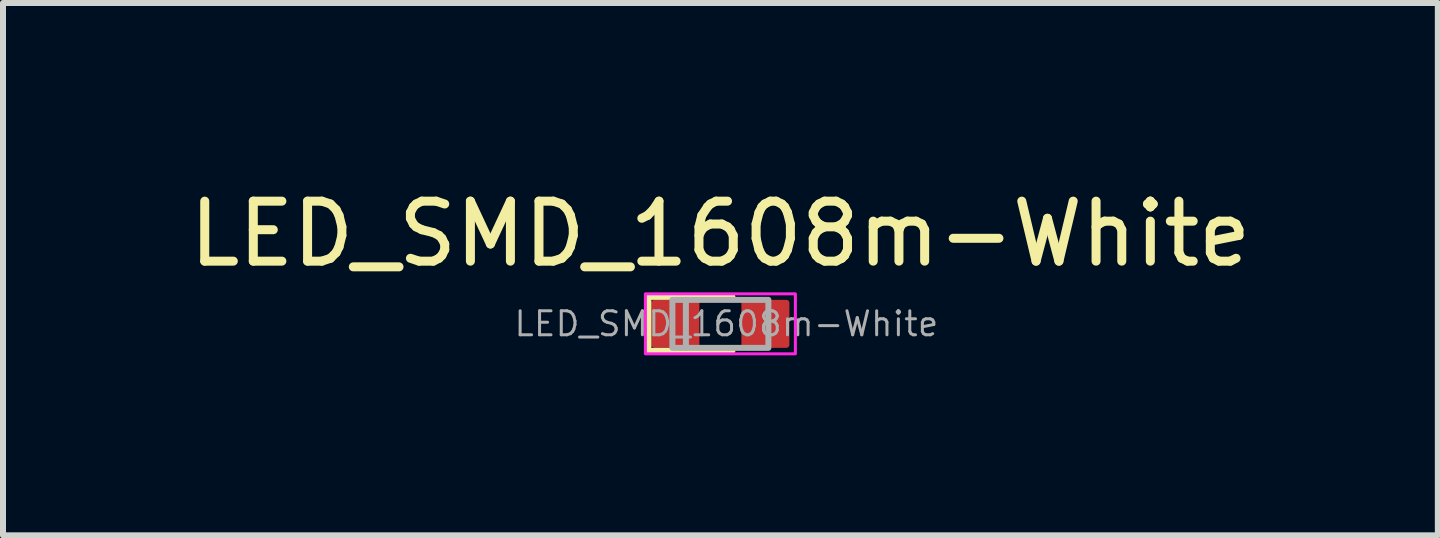
<source format=kicad_pcb>
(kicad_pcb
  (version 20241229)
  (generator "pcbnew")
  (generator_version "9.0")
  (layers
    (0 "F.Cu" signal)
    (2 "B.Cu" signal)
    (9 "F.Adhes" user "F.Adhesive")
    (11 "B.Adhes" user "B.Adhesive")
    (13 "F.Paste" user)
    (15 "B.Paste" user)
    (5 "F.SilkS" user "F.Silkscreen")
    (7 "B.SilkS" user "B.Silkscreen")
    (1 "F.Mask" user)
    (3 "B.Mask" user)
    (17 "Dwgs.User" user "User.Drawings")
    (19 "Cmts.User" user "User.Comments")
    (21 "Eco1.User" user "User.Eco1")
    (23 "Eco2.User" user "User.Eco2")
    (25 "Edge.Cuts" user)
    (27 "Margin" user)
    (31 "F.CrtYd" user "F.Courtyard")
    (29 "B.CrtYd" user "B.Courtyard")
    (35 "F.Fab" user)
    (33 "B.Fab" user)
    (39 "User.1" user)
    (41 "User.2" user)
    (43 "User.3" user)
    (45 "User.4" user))
  (footprint "LED_SMD_1608m-White"
    (layer "F.Cu")
    (at 8.958 2.348)
    (property "Reference" "LED_SMD_1608m-White" (at 0 -1.5 0) (layer "F.SilkS") (effects (font (size 1 1) (thickness 0.15))))
    (attr smd)
    (fp_line (start -1.2 -0.45) (end -1.2 0.45) (stroke (width 0.1) (type solid)) (layer "F.SilkS"))
    (fp_line (start -1.2 0.45) (end 0.2 0.45) (stroke (width 0.1) (type solid)) (layer "F.SilkS"))
    (fp_line (start 0.2 -0.45) (end -1.2 -0.45) (stroke (width 0.1) (type solid)) (layer "F.SilkS"))
    (fp_rect (start 1.25 -0.5) (end -1.25 0.5) (stroke (width 0.05) (type solid)) (fill no) (layer "F.CrtYd"))
    (fp_line (start -0.575 -0.4) (end -0.575 0.4) (stroke (width 0.1) (type solid)) (layer "F.Fab"))
    (fp_poly (pts (xy 0.8 0.4) (xy -0.8 0.4) (xy -0.8 -0.4) (xy 0.8 -0.4)) (stroke (width 0.1) (type solid)) (fill no) (layer "F.Fab"))
    (fp_text user "${REFERENCE}" (at 0.1 0 0) (unlocked yes) (layer "F.Fab") (effects (font (size 0.4 0.4) (thickness 0.05))))
    (pad "A" smd roundrect (at 0.75 0) (size 0.8 0.8) (layers "F.Cu" "F.Mask" "F.Paste") (roundrect_rratio 0.062))
    (pad "C" smd roundrect (at -0.75 0) (size 0.8 0.8) (layers "F.Cu" "F.Mask" "F.Paste") (roundrect_rratio 0.062)))
  (gr_rect
    (start -3 -3)
    (end 20.917 5.873)
    (stroke (width 0.1) (type default))
    (fill no)
    (layer "Edge.Cuts")))
</source>
